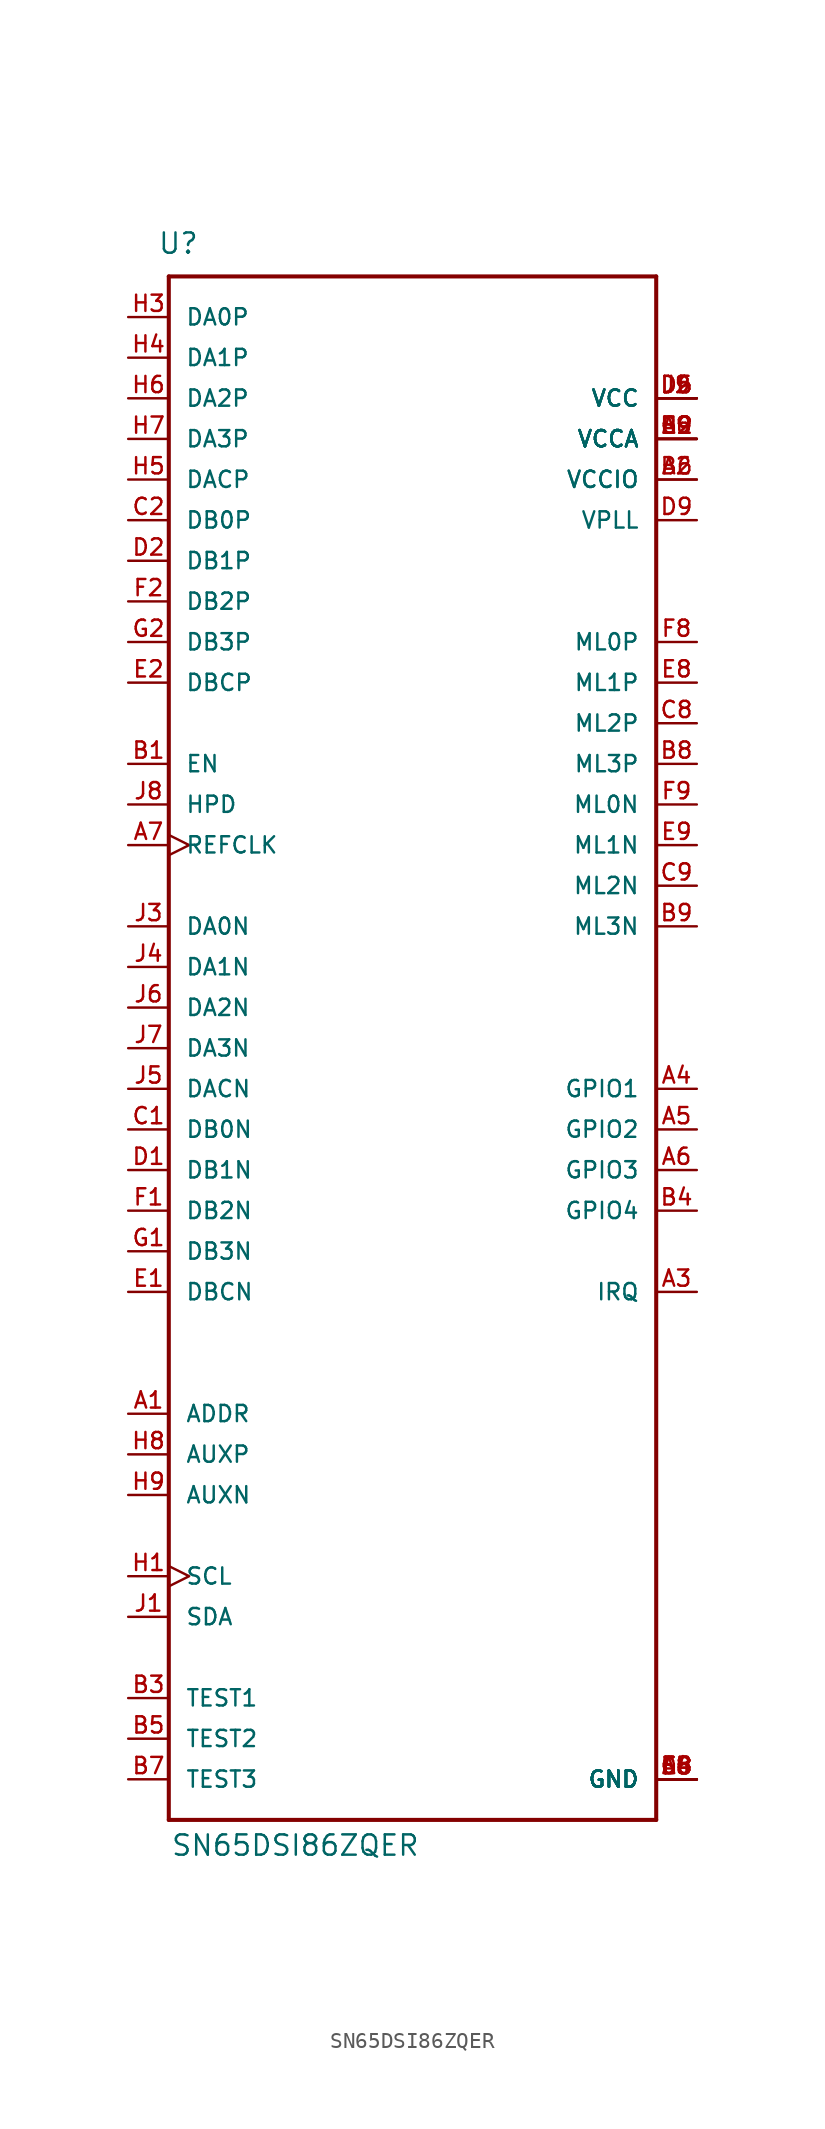
<source format=kicad_sym>
(kicad_symbol_lib
  (version 20241209)
  (generator "kicad_symbol_editor")
  (generator_version "9.0")
  (symbol "SN65DSI86ZQER"
    (pin_names
      (offset 1.016))
    (property "Reference" "U"
      (at -15.951 44.501 0)
      (effects (font (size 1.27 1.27)) (justify left bottom)))
    (property "Value" "SN65DSI86ZQER"
      (at -15.138 -55.677 0)
      (effects (font (size 1.27 1.27)) (justify left bottom)))
    (property "ki_locked" ""
      (at 0 0 0)
      (effects (font (size 1.27 1.27))))
    (symbol "SN65DSI86ZQER_0_0"
      (polyline (pts (xy -15.24 43.18) (xy 15.24 43.18)) (stroke (width 0.254) (type solid)) (fill (type none)))
      (polyline (pts (xy -15.24 -53.34) (xy -15.24 43.18)) (stroke (width 0.254) (type solid)) (fill (type none)))
      (polyline (pts (xy 15.24 43.18) (xy 15.24 -53.34)) (stroke (width 0.254) (type solid)) (fill (type none)))
      (polyline (pts (xy 15.24 -53.34) (xy -15.24 -53.34)) (stroke (width 0.254) (type solid)) (fill (type none)))
      (pin input line (at -17.78 40.64 0) (length 2.54) (name "DA0P" (effects (font (size 1.016 1.016)))) (number "H3" (effects (font (size 1.016 1.016)))))
      (pin input line (at -17.78 38.1 0) (length 2.54) (name "DA1P" (effects (font (size 1.016 1.016)))) (number "H4" (effects (font (size 1.016 1.016)))))
      (pin input line (at -17.78 35.56 0) (length 2.54) (name "DA2P" (effects (font (size 1.016 1.016)))) (number "H6" (effects (font (size 1.016 1.016)))))
      (pin input line (at -17.78 33.02 0) (length 2.54) (name "DA3P" (effects (font (size 1.016 1.016)))) (number "H7" (effects (font (size 1.016 1.016)))))
      (pin input line (at -17.78 30.48 0) (length 2.54) (name "DACP" (effects (font (size 1.016 1.016)))) (number "H5" (effects (font (size 1.016 1.016)))))
      (pin input line (at -17.78 27.94 0) (length 2.54) (name "DB0P" (effects (font (size 1.016 1.016)))) (number "C2" (effects (font (size 1.016 1.016)))))
      (pin input line (at -17.78 25.4 0) (length 2.54) (name "DB1P" (effects (font (size 1.016 1.016)))) (number "D2" (effects (font (size 1.016 1.016)))))
      (pin input line (at -17.78 22.86 0) (length 2.54) (name "DB2P" (effects (font (size 1.016 1.016)))) (number "F2" (effects (font (size 1.016 1.016)))))
      (pin input line (at -17.78 20.32 0) (length 2.54) (name "DB3P" (effects (font (size 1.016 1.016)))) (number "G2" (effects (font (size 1.016 1.016)))))
      (pin input line (at -17.78 17.78 0) (length 2.54) (name "DBCP" (effects (font (size 1.016 1.016)))) (number "E2" (effects (font (size 1.016 1.016)))))
      (pin input line (at -17.78 12.7 0) (length 2.54) (name "EN" (effects (font (size 1.016 1.016)))) (number "B1" (effects (font (size 1.016 1.016)))))
      (pin input line (at -17.78 10.16 0) (length 2.54) (name "HPD" (effects (font (size 1.016 1.016)))) (number "J8" (effects (font (size 1.016 1.016)))))
      (pin input clock (at -17.78 7.62 0) (length 2.54) (name "REFCLK" (effects (font (size 1.016 1.016)))) (number "A7" (effects (font (size 1.016 1.016)))))
      (pin bidirectional line (at -17.78 2.54 0) (length 2.54) (name "DA0N" (effects (font (size 1.016 1.016)))) (number "J3" (effects (font (size 1.016 1.016)))))
      (pin input line (at -17.78 0 0) (length 2.54) (name "DA1N" (effects (font (size 1.016 1.016)))) (number "J4" (effects (font (size 1.016 1.016)))))
      (pin input line (at -17.78 -2.54 0) (length 2.54) (name "DA2N" (effects (font (size 1.016 1.016)))) (number "J6" (effects (font (size 1.016 1.016)))))
      (pin input line (at -17.78 -5.08 0) (length 2.54) (name "DA3N" (effects (font (size 1.016 1.016)))) (number "J7" (effects (font (size 1.016 1.016)))))
      (pin input line (at -17.78 -7.62 0) (length 2.54) (name "DACN" (effects (font (size 1.016 1.016)))) (number "J5" (effects (font (size 1.016 1.016)))))
      (pin input line (at -17.78 -10.16 0) (length 2.54) (name "DB0N" (effects (font (size 1.016 1.016)))) (number "C1" (effects (font (size 1.016 1.016)))))
      (pin input line (at -17.78 -12.7 0) (length 2.54) (name "DB1N" (effects (font (size 1.016 1.016)))) (number "D1" (effects (font (size 1.016 1.016)))))
      (pin input line (at -17.78 -15.24 0) (length 2.54) (name "DB2N" (effects (font (size 1.016 1.016)))) (number "F1" (effects (font (size 1.016 1.016)))))
      (pin input line (at -17.78 -17.78 0) (length 2.54) (name "DB3N" (effects (font (size 1.016 1.016)))) (number "G1" (effects (font (size 1.016 1.016)))))
      (pin input line (at -17.78 -20.32 0) (length 2.54) (name "DBCN" (effects (font (size 1.016 1.016)))) (number "E1" (effects (font (size 1.016 1.016)))))
      (pin input line (at -17.78 -27.94 0) (length 2.54) (name "ADDR" (effects (font (size 1.016 1.016)))) (number "A1" (effects (font (size 1.016 1.016)))))
      (pin bidirectional line (at -17.78 -30.48 0) (length 2.54) (name "AUXP" (effects (font (size 1.016 1.016)))) (number "H8" (effects (font (size 1.016 1.016)))))
      (pin bidirectional line (at -17.78 -33.02 0) (length 2.54) (name "AUXN" (effects (font (size 1.016 1.016)))) (number "H9" (effects (font (size 1.016 1.016)))))
      (pin bidirectional clock (at -17.78 -38.1 0) (length 2.54) (name "SCL" (effects (font (size 1.016 1.016)))) (number "H1" (effects (font (size 1.016 1.016)))))
      (pin bidirectional line (at -17.78 -40.64 0) (length 2.54) (name "SDA" (effects (font (size 1.016 1.016)))) (number "J1" (effects (font (size 1.016 1.016)))))
      (pin input line (at -17.78 -45.72 0) (length 2.54) (name "TEST1" (effects (font (size 1.016 1.016)))) (number "B3" (effects (font (size 1.016 1.016)))))
      (pin bidirectional line (at -17.78 -48.26 0) (length 2.54) (name "TEST2" (effects (font (size 1.016 1.016)))) (number "B5" (effects (font (size 1.016 1.016)))))
      (pin bidirectional line (at -17.78 -50.8 0) (length 2.54) (name "TEST3" (effects (font (size 1.016 1.016)))) (number "B7" (effects (font (size 1.016 1.016)))))
      (pin power_in line (at 17.78 35.56 180) (length 2.54) (name "VCC" (effects (font (size 1.016 1.016)))) (number "D5" (effects (font (size 1.016 1.016)))))
      (pin power_in line (at 17.78 35.56 180) (length 2.54) (name "VCC" (effects (font (size 1.016 1.016)))) (number "D6" (effects (font (size 1.016 1.016)))))
      (pin power_in line (at 17.78 35.56 180) (length 2.54) (name "VCC" (effects (font (size 1.016 1.016)))) (number "J2" (effects (font (size 1.016 1.016)))))
      (pin power_in line (at 17.78 35.56 180) (length 2.54) (name "VCC" (effects (font (size 1.016 1.016)))) (number "J9" (effects (font (size 1.016 1.016)))))
      (pin power_in line (at 17.78 33.02 180) (length 2.54) (name "VCCA" (effects (font (size 1.016 1.016)))) (number "A9" (effects (font (size 1.016 1.016)))))
      (pin power_in line (at 17.78 33.02 180) (length 2.54) (name "VCCA" (effects (font (size 1.016 1.016)))) (number "B2" (effects (font (size 1.016 1.016)))))
      (pin power_in line (at 17.78 33.02 180) (length 2.54) (name "VCCA" (effects (font (size 1.016 1.016)))) (number "E6" (effects (font (size 1.016 1.016)))))
      (pin power_in line (at 17.78 33.02 180) (length 2.54) (name "VCCA" (effects (font (size 1.016 1.016)))) (number "G9" (effects (font (size 1.016 1.016)))))
      (pin power_in line (at 17.78 33.02 180) (length 2.54) (name "VCCA" (effects (font (size 1.016 1.016)))) (number "H2" (effects (font (size 1.016 1.016)))))
      (pin power_in line (at 17.78 30.48 180) (length 2.54) (name "VCCIO" (effects (font (size 1.016 1.016)))) (number "A2" (effects (font (size 1.016 1.016)))))
      (pin power_in line (at 17.78 30.48 180) (length 2.54) (name "VCCIO" (effects (font (size 1.016 1.016)))) (number "B6" (effects (font (size 1.016 1.016)))))
      (pin power_in line (at 17.78 27.94 180) (length 2.54) (name "VPLL" (effects (font (size 1.016 1.016)))) (number "D9" (effects (font (size 1.016 1.016)))))
      (pin output line (at 17.78 20.32 180) (length 2.54) (name "ML0P" (effects (font (size 1.016 1.016)))) (number "F8" (effects (font (size 1.016 1.016)))))
      (pin output line (at 17.78 17.78 180) (length 2.54) (name "ML1P" (effects (font (size 1.016 1.016)))) (number "E8" (effects (font (size 1.016 1.016)))))
      (pin output line (at 17.78 15.24 180) (length 2.54) (name "ML2P" (effects (font (size 1.016 1.016)))) (number "C8" (effects (font (size 1.016 1.016)))))
      (pin output line (at 17.78 12.7 180) (length 2.54) (name "ML3P" (effects (font (size 1.016 1.016)))) (number "B8" (effects (font (size 1.016 1.016)))))
      (pin output line (at 17.78 10.16 180) (length 2.54) (name "ML0N" (effects (font (size 1.016 1.016)))) (number "F9" (effects (font (size 1.016 1.016)))))
      (pin output line (at 17.78 7.62 180) (length 2.54) (name "ML1N" (effects (font (size 1.016 1.016)))) (number "E9" (effects (font (size 1.016 1.016)))))
      (pin output line (at 17.78 5.08 180) (length 2.54) (name "ML2N" (effects (font (size 1.016 1.016)))) (number "C9" (effects (font (size 1.016 1.016)))))
      (pin output line (at 17.78 2.54 180) (length 2.54) (name "ML3N" (effects (font (size 1.016 1.016)))) (number "B9" (effects (font (size 1.016 1.016)))))
      (pin input line (at 17.78 -7.62 180) (length 2.54) (name "GPIO1" (effects (font (size 1.016 1.016)))) (number "A4" (effects (font (size 1.016 1.016)))))
      (pin input line (at 17.78 -10.16 180) (length 2.54) (name "GPIO2" (effects (font (size 1.016 1.016)))) (number "A5" (effects (font (size 1.016 1.016)))))
      (pin input line (at 17.78 -12.7 180) (length 2.54) (name "GPIO3" (effects (font (size 1.016 1.016)))) (number "A6" (effects (font (size 1.016 1.016)))))
      (pin input line (at 17.78 -15.24 180) (length 2.54) (name "GPIO4" (effects (font (size 1.016 1.016)))) (number "B4" (effects (font (size 1.016 1.016)))))
      (pin output line (at 17.78 -20.32 180) (length 2.54) (name "IRQ" (effects (font (size 1.016 1.016)))) (number "A3" (effects (font (size 1.016 1.016)))))
      (pin power_in line (at 17.78 -50.8 180) (length 2.54) (name "GND" (effects (font (size 1.016 1.016)))) (number "A8" (effects (font (size 1.016 1.016)))))
      (pin power_in line (at 17.78 -50.8 180) (length 2.54) (name "GND" (effects (font (size 1.016 1.016)))) (number "D8" (effects (font (size 1.016 1.016)))))
      (pin power_in line (at 17.78 -50.8 180) (length 2.54) (name "GND" (effects (font (size 1.016 1.016)))) (number "E4" (effects (font (size 1.016 1.016)))))
      (pin power_in line (at 17.78 -50.8 180) (length 2.54) (name "GND" (effects (font (size 1.016 1.016)))) (number "E5" (effects (font (size 1.016 1.016)))))
      (pin power_in line (at 17.78 -50.8 180) (length 2.54) (name "GND" (effects (font (size 1.016 1.016)))) (number "F4" (effects (font (size 1.016 1.016)))))
      (pin power_in line (at 17.78 -50.8 180) (length 2.54) (name "GND" (effects (font (size 1.016 1.016)))) (number "F5" (effects (font (size 1.016 1.016)))))
      (pin power_in line (at 17.78 -50.8 180) (length 2.54) (name "GND" (effects (font (size 1.016 1.016)))) (number "F6" (effects (font (size 1.016 1.016)))))
      (pin power_in line (at 17.78 -50.8 180) (length 2.54) (name "GND" (effects (font (size 1.016 1.016)))) (number "G8" (effects (font (size 1.016 1.016))))))))
</source>
